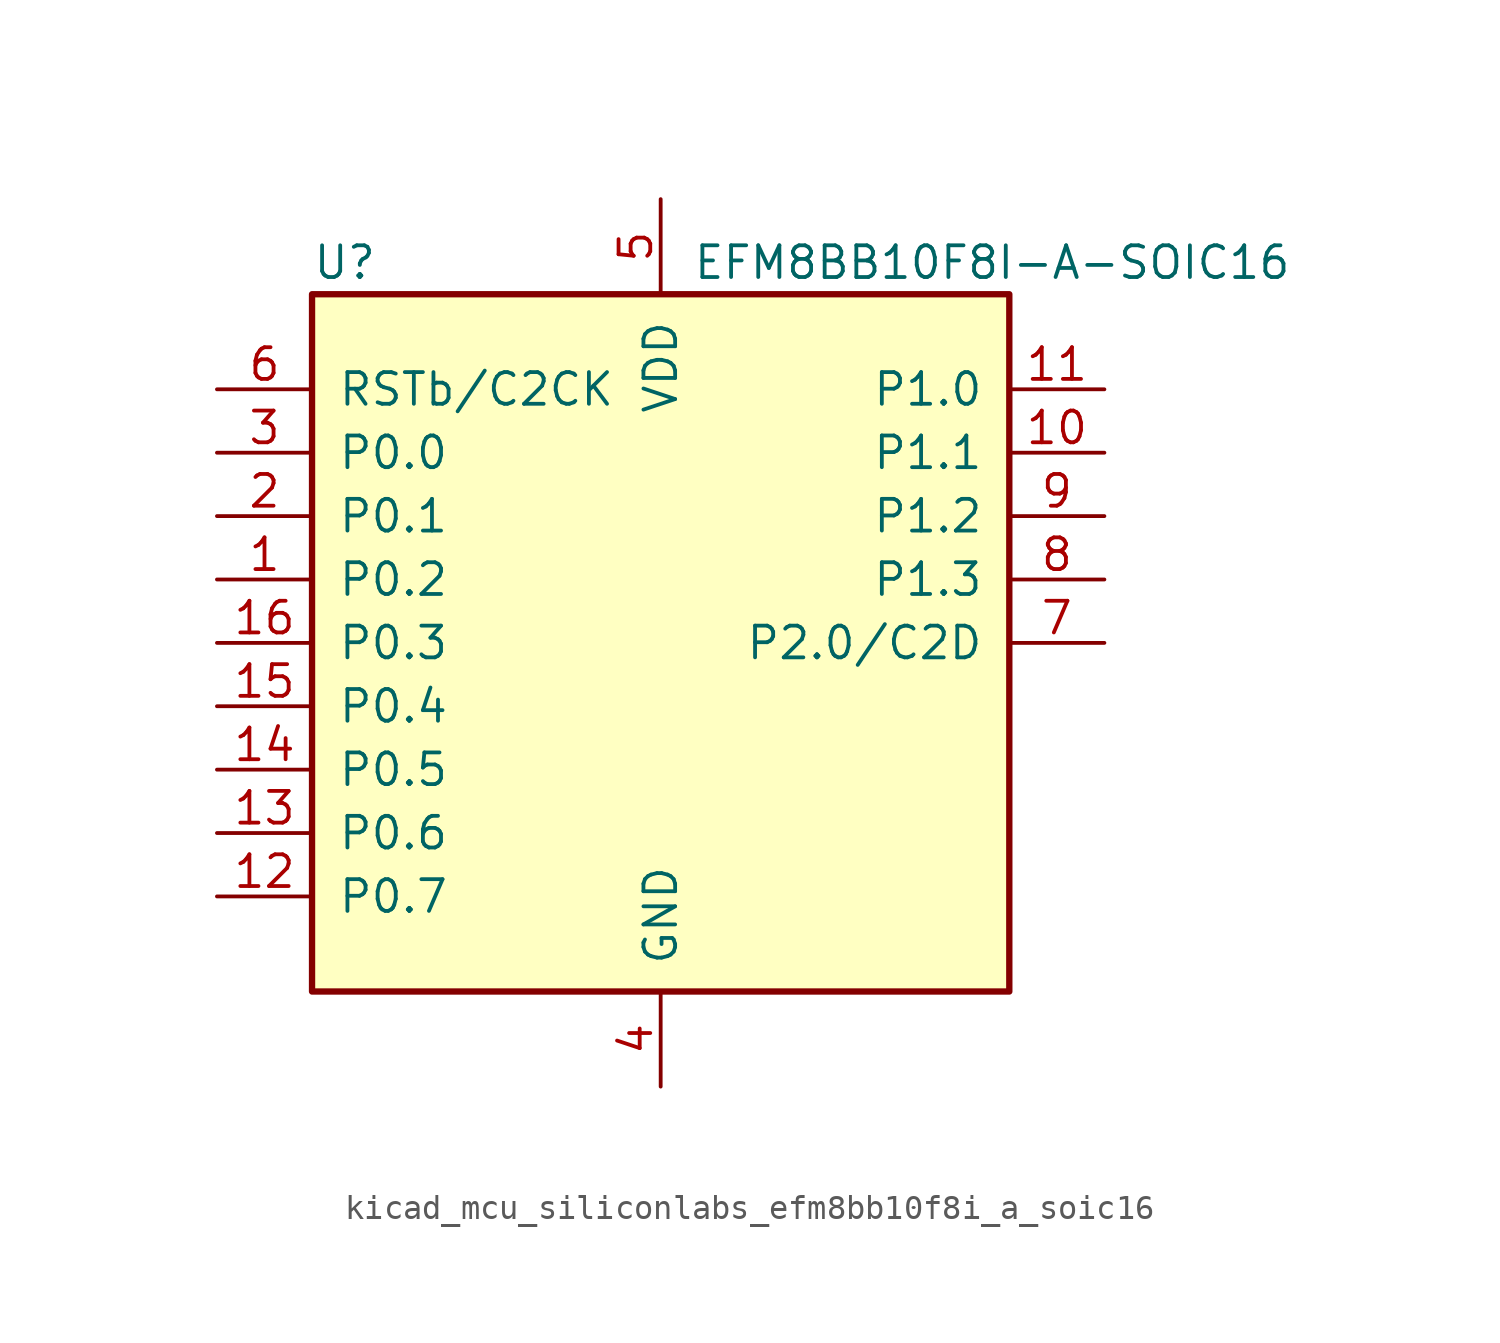
<source format=kicad_sym>
(kicad_symbol_lib
  (version 20220914)
  (generator kicad_symbol_editor)
  (symbol "kicad_mcu_siliconlabs_efm8bb10f8i_a_soic16"
    (pin_names
      (offset 1.016))
    (property "Reference" "U"
      (at -13.97 15.24 0)
      (effects (font (size 1.27 1.27)) (justify left)))
    (property "Value" "EFM8BB10F8I-A-SOIC16"
      (at 1.27 15.24 0)
      (effects (font (size 1.27 1.27)) (justify left)))
    (symbol "kicad_mcu_siliconlabs_efm8bb10f8i_a_soic16_0_1"
      (rectangle (start -13.97 13.97) (end 13.97 -13.97) (stroke (width 0.254) (type default)) (fill (type background)))
      (pin bidirectional line (at -17.78 2.54 0) (length 3.81) (name "P0.2" (effects (font (size 1.27 1.27)))) (number "1" (effects (font (size 1.27 1.27)))))
      (pin bidirectional line (at 17.78 7.62 180) (length 3.81) (name "P1.1" (effects (font (size 1.27 1.27)))) (number "10" (effects (font (size 1.27 1.27)))))
      (pin bidirectional line (at 17.78 10.16 180) (length 3.81) (name "P1.0" (effects (font (size 1.27 1.27)))) (number "11" (effects (font (size 1.27 1.27)))))
      (pin bidirectional line (at -17.78 -10.16 0) (length 3.81) (name "P0.7" (effects (font (size 1.27 1.27)))) (number "12" (effects (font (size 1.27 1.27)))))
      (pin bidirectional line (at -17.78 -7.62 0) (length 3.81) (name "P0.6" (effects (font (size 1.27 1.27)))) (number "13" (effects (font (size 1.27 1.27)))))
      (pin bidirectional line (at -17.78 -5.08 0) (length 3.81) (name "P0.5" (effects (font (size 1.27 1.27)))) (number "14" (effects (font (size 1.27 1.27)))))
      (pin bidirectional line (at -17.78 -2.54 0) (length 3.81) (name "P0.4" (effects (font (size 1.27 1.27)))) (number "15" (effects (font (size 1.27 1.27)))))
      (pin bidirectional line (at -17.78 0 0) (length 3.81) (name "P0.3" (effects (font (size 1.27 1.27)))) (number "16" (effects (font (size 1.27 1.27)))))
      (pin bidirectional line (at -17.78 5.08 0) (length 3.81) (name "P0.1" (effects (font (size 1.27 1.27)))) (number "2" (effects (font (size 1.27 1.27)))))
      (pin bidirectional line (at -17.78 7.62 0) (length 3.81) (name "P0.0" (effects (font (size 1.27 1.27)))) (number "3" (effects (font (size 1.27 1.27)))))
      (pin power_in line (at 0 -17.78 90) (length 3.81) (name "GND" (effects (font (size 1.27 1.27)))) (number "4" (effects (font (size 1.27 1.27)))))
      (pin power_in line (at 0 17.78 270) (length 3.81) (name "VDD" (effects (font (size 1.27 1.27)))) (number "5" (effects (font (size 1.27 1.27)))))
      (pin input line (at -17.78 10.16 0) (length 3.81) (name "RSTb/C2CK" (effects (font (size 1.27 1.27)))) (number "6" (effects (font (size 1.27 1.27)))))
      (pin bidirectional line (at 17.78 0 180) (length 3.81) (name "P2.0/C2D" (effects (font (size 1.27 1.27)))) (number "7" (effects (font (size 1.27 1.27)))))
      (pin bidirectional line (at 17.78 2.54 180) (length 3.81) (name "P1.3" (effects (font (size 1.27 1.27)))) (number "8" (effects (font (size 1.27 1.27)))))
      (pin bidirectional line (at 17.78 5.08 180) (length 3.81) (name "P1.2" (effects (font (size 1.27 1.27)))) (number "9" (effects (font (size 1.27 1.27))))))))
</source>
